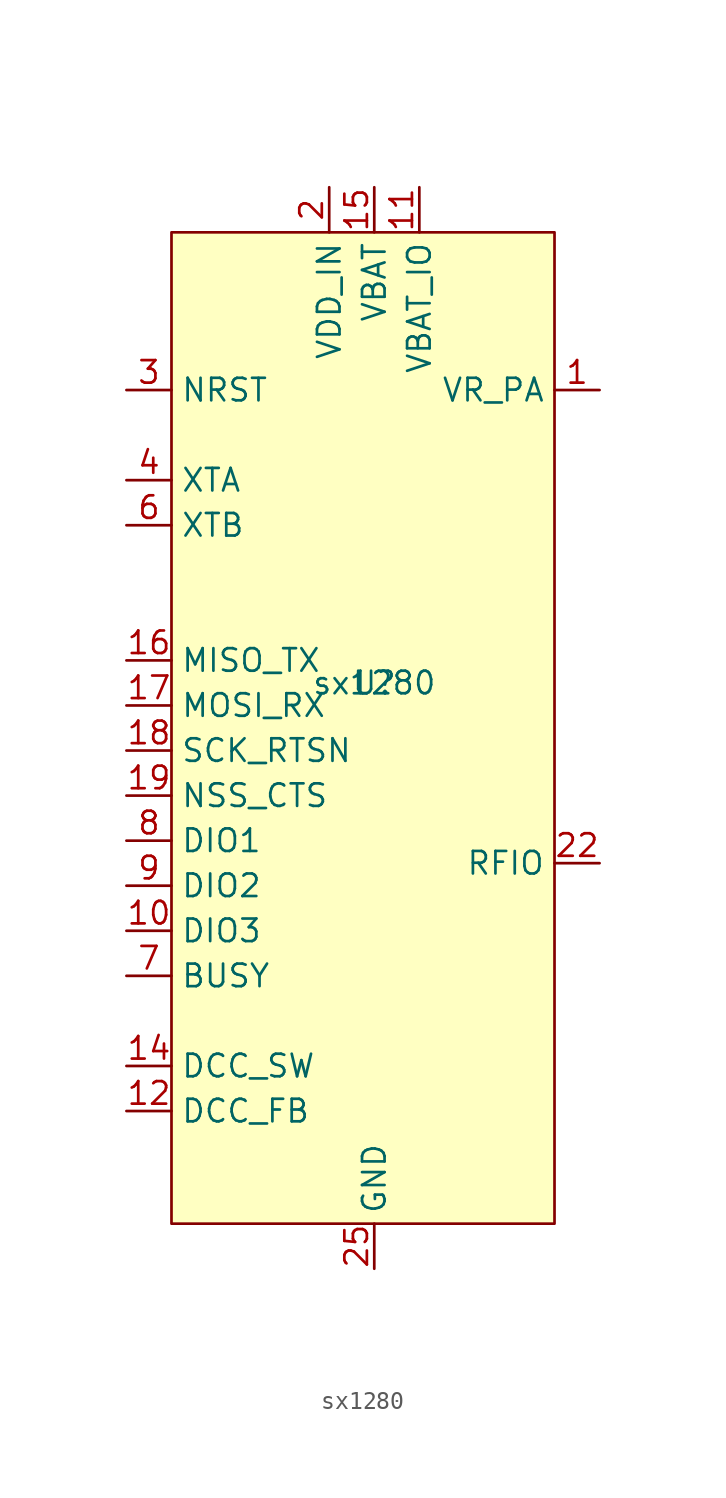
<source format=kicad_sym>
(kicad_symbol_lib
  (version 20220914)
  (generator kicad_symbol_editor)
  (symbol "sx1280"
    (property "Reference" "U"
      (at 0 0 0)
      (effects (font (size 1.27 1.27))))
    (property "Value" "sx1280"
      (at 0 0 0)
      (effects (font (size 1.27 1.27))))
    (symbol "sx1280_0_0"
      (pin unspecified line (at 12.7 16.51 180) (length 2.54) (name "VR_PA" (effects (font (size 1.27 1.27)))) (number "1" (effects (font (size 1.27 1.27)))))
      (pin unspecified line (at -13.97 -13.97 0) (length 2.54) (name "DIO3" (effects (font (size 1.27 1.27)))) (number "10" (effects (font (size 1.27 1.27)))))
      (pin unspecified line (at 2.54 27.94 270) (length 2.54) (name "VBAT_IO" (effects (font (size 1.27 1.27)))) (number "11" (effects (font (size 1.27 1.27)))))
      (pin unspecified line (at -13.97 -24.13 0) (length 2.54) (name "DCC_FB" (effects (font (size 1.27 1.27)))) (number "12" (effects (font (size 1.27 1.27)))))
      (pin unspecified line (at 0 -33.02 90) (length 2.54) hide (name "GND" (effects (font (size 1.27 1.27)))) (number "13" (effects (font (size 1.27 1.27)))))
      (pin unspecified line (at -13.97 -21.59 0) (length 2.54) (name "DCC_SW" (effects (font (size 1.27 1.27)))) (number "14" (effects (font (size 1.27 1.27)))))
      (pin unspecified line (at 0 27.94 270) (length 2.54) (name "VBAT" (effects (font (size 1.27 1.27)))) (number "15" (effects (font (size 1.27 1.27)))))
      (pin unspecified line (at -13.97 1.27 0) (length 2.54) (name "MISO_TX" (effects (font (size 1.27 1.27)))) (number "16" (effects (font (size 1.27 1.27)))))
      (pin unspecified line (at -13.97 -1.27 0) (length 2.54) (name "MOSI_RX" (effects (font (size 1.27 1.27)))) (number "17" (effects (font (size 1.27 1.27)))))
      (pin unspecified line (at -13.97 -3.81 0) (length 2.54) (name "SCK_RTSN" (effects (font (size 1.27 1.27)))) (number "18" (effects (font (size 1.27 1.27)))))
      (pin unspecified line (at -13.97 -6.35 0) (length 2.54) (name "NSS_CTS" (effects (font (size 1.27 1.27)))) (number "19" (effects (font (size 1.27 1.27)))))
      (pin unspecified line (at -2.54 27.94 270) (length 2.54) (name "VDD_IN" (effects (font (size 1.27 1.27)))) (number "2" (effects (font (size 1.27 1.27)))))
      (pin unspecified line (at 0 -33.02 90) (length 2.54) hide (name "GND" (effects (font (size 1.27 1.27)))) (number "20" (effects (font (size 1.27 1.27)))))
      (pin unspecified line (at 0 -33.02 90) (length 2.54) hide (name "GND" (effects (font (size 1.27 1.27)))) (number "21" (effects (font (size 1.27 1.27)))))
      (pin unspecified line (at 12.7 -10.16 180) (length 2.54) (name "RFIO" (effects (font (size 1.27 1.27)))) (number "22" (effects (font (size 1.27 1.27)))))
      (pin unspecified line (at 0 -33.02 90) (length 2.54) hide (name "GND" (effects (font (size 1.27 1.27)))) (number "23" (effects (font (size 1.27 1.27)))))
      (pin unspecified line (at 0 -33.02 90) (length 2.54) hide (name "GND" (effects (font (size 1.27 1.27)))) (number "24" (effects (font (size 1.27 1.27)))))
      (pin unspecified line (at 0 -33.02 90) (length 2.54) (name "GND" (effects (font (size 1.27 1.27)))) (number "25" (effects (font (size 1.27 1.27)))))
      (pin unspecified line (at -13.97 16.51 0) (length 2.54) (name "NRST" (effects (font (size 1.27 1.27)))) (number "3" (effects (font (size 1.27 1.27)))))
      (pin unspecified line (at -13.97 11.43 0) (length 2.54) (name "XTA" (effects (font (size 1.27 1.27)))) (number "4" (effects (font (size 1.27 1.27)))))
      (pin unspecified line (at 0 -33.02 90) (length 2.54) hide (name "GND" (effects (font (size 1.27 1.27)))) (number "5" (effects (font (size 1.27 1.27)))))
      (pin unspecified line (at -13.97 8.89 0) (length 2.54) (name "XTB" (effects (font (size 1.27 1.27)))) (number "6" (effects (font (size 1.27 1.27)))))
      (pin unspecified line (at -13.97 -16.51 0) (length 2.54) (name "BUSY" (effects (font (size 1.27 1.27)))) (number "7" (effects (font (size 1.27 1.27)))))
      (pin unspecified line (at -13.97 -8.89 0) (length 2.54) (name "DIO1" (effects (font (size 1.27 1.27)))) (number "8" (effects (font (size 1.27 1.27)))))
      (pin unspecified line (at -13.97 -11.43 0) (length 2.54) (name "DIO2" (effects (font (size 1.27 1.27)))) (number "9" (effects (font (size 1.27 1.27))))))
    (symbol "sx1280_0_1"
      (rectangle (start -11.43 25.4) (end 10.16 -30.48) (stroke (width 0) (type default)) (fill (type background))))))
</source>
